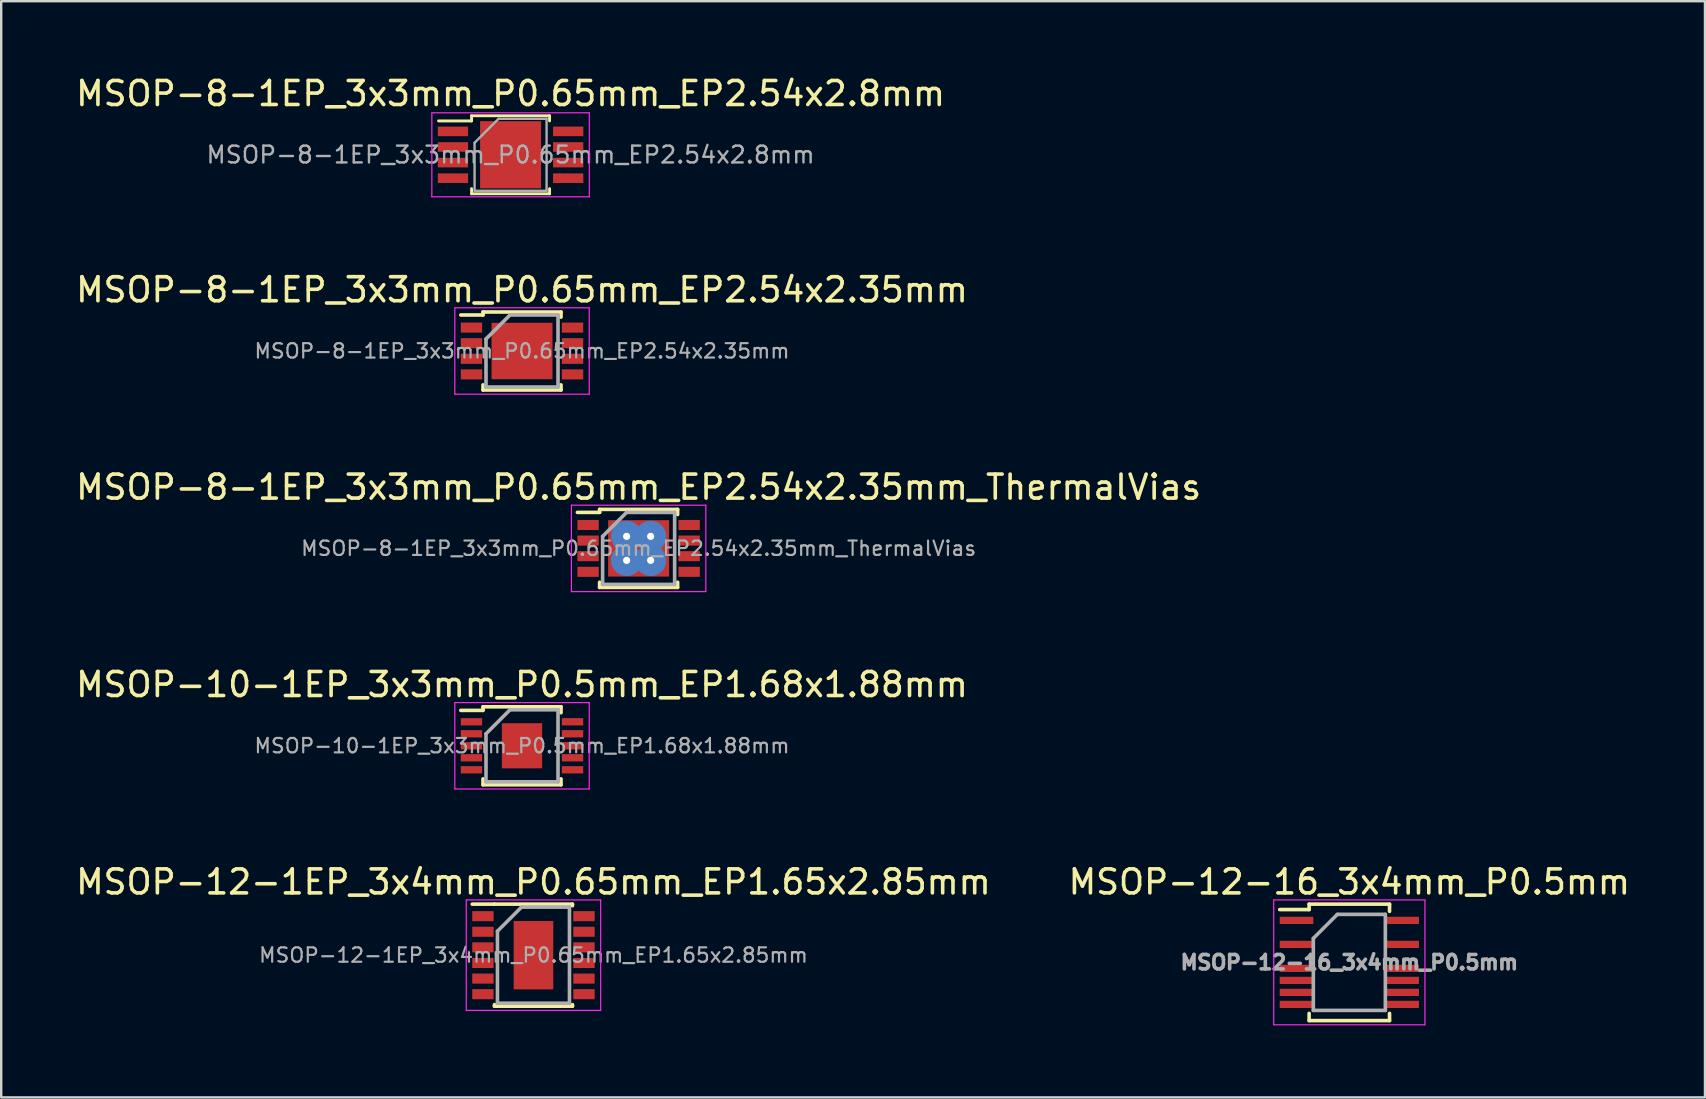
<source format=kicad_pcb>
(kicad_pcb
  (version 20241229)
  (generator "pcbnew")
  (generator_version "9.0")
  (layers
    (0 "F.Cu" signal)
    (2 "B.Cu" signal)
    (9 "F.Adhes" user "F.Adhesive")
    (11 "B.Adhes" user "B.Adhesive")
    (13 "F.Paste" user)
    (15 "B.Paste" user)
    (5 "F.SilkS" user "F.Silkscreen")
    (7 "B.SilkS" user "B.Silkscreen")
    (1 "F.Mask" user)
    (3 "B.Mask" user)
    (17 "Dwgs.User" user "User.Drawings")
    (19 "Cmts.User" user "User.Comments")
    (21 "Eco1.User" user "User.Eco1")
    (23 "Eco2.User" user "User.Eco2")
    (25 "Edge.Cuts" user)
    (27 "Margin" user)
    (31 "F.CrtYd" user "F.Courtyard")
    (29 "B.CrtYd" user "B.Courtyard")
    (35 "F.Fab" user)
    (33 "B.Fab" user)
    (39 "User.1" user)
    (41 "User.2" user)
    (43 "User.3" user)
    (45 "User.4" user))
  (footprint "MSOP-12-1EP_3x4mm_P0.65mm_EP1.65x2.85mm"
    (layer "F.Cu")
    (at 19.173 36.741)
    (property "Reference" "MSOP-12-1EP_3x4mm_P0.65mm_EP1.65x2.85mm" (at 0 -3.05 0) (layer "F.SilkS") (effects (font (size 1 1) (thickness 0.15))))
    (attr smd)
    (fp_line (start -1.625 -2.125) (end -2.55 -2.125) (stroke (width 0.15) (type solid)) (layer "F.SilkS"))
    (fp_line (start -1.625 -2.125) (end 1.625 -2.125) (stroke (width 0.15) (type solid)) (layer "F.SilkS"))
    (fp_line (start -1.625 2.125) (end -1.625 2.06) (stroke (width 0.15) (type solid)) (layer "F.SilkS"))
    (fp_line (start -1.625 2.125) (end 1.625 2.125) (stroke (width 0.15) (type solid)) (layer "F.SilkS"))
    (fp_line (start 1.625 -2.125) (end 1.625 -2.06) (stroke (width 0.15) (type solid)) (layer "F.SilkS"))
    (fp_line (start 1.625 2.125) (end 1.625 2.06) (stroke (width 0.15) (type solid)) (layer "F.SilkS"))
    (fp_line (start -2.8 -2.3) (end -2.8 2.3) (stroke (width 0.05) (type solid)) (layer "F.CrtYd"))
    (fp_line (start -2.8 -2.3) (end 2.8 -2.3) (stroke (width 0.05) (type solid)) (layer "F.CrtYd"))
    (fp_line (start -2.8 2.3) (end 2.8 2.3) (stroke (width 0.05) (type solid)) (layer "F.CrtYd"))
    (fp_line (start 2.8 -2.3) (end 2.8 2.3) (stroke (width 0.05) (type solid)) (layer "F.CrtYd"))
    (fp_line (start -1.5 -1) (end -0.5 -2) (stroke (width 0.15) (type solid)) (layer "F.Fab"))
    (fp_line (start -1.5 2) (end -1.5 -1) (stroke (width 0.15) (type solid)) (layer "F.Fab"))
    (fp_line (start -0.5 -2) (end 1.5 -2) (stroke (width 0.15) (type solid)) (layer "F.Fab"))
    (fp_line (start 1.5 -2) (end 1.5 2) (stroke (width 0.15) (type solid)) (layer "F.Fab"))
    (fp_line (start 1.5 2) (end -1.5 2) (stroke (width 0.15) (type solid)) (layer "F.Fab"))
    (fp_text user "${REFERENCE}" (at 0 0 0) (layer "F.Fab") (effects (font (size 0.6 0.6) (thickness 0.09))))
    (pad "" smd rect (at -0.412 -0.95) (size 0.68 0.75) (layers "F.Paste"))
    (pad "" smd rect (at -0.412 0) (size 0.68 0.75) (layers "F.Paste"))
    (pad "" smd rect (at -0.412 0.95) (size 0.68 0.75) (layers "F.Paste"))
    (pad "" smd rect (at 0.412 -0.95) (size 0.68 0.75) (layers "F.Paste"))
    (pad "" smd rect (at 0.412 0) (size 0.68 0.75) (layers "F.Paste"))
    (pad "" smd rect (at 0.412 0.95) (size 0.68 0.75) (layers "F.Paste"))
    (pad "1" smd rect (at -2.105 -1.625) (size 0.89 0.42) (layers "F.Cu" "F.Mask" "F.Paste"))
    (pad "2" smd rect (at -2.105 -0.975) (size 0.89 0.42) (layers "F.Cu" "F.Mask" "F.Paste"))
    (pad "3" smd rect (at -2.105 -0.325) (size 0.89 0.42) (layers "F.Cu" "F.Mask" "F.Paste"))
    (pad "4" smd rect (at -2.105 0.325) (size 0.89 0.42) (layers "F.Cu" "F.Mask" "F.Paste"))
    (pad "5" smd rect (at -2.105 0.975) (size 0.89 0.42) (layers "F.Cu" "F.Mask" "F.Paste"))
    (pad "6" smd rect (at -2.105 1.625) (size 0.89 0.42) (layers "F.Cu" "F.Mask" "F.Paste"))
    (pad "7" smd rect (at 2.105 1.625) (size 0.89 0.42) (layers "F.Cu" "F.Mask" "F.Paste"))
    (pad "8" smd rect (at 2.105 0.975) (size 0.89 0.42) (layers "F.Cu" "F.Mask" "F.Paste"))
    (pad "9" smd rect (at 2.105 0.325) (size 0.89 0.42) (layers "F.Cu" "F.Mask" "F.Paste"))
    (pad "10" smd rect (at 2.105 -0.325) (size 0.89 0.42) (layers "F.Cu" "F.Mask" "F.Paste"))
    (pad "11" smd rect (at 2.105 -0.975) (size 0.89 0.42) (layers "F.Cu" "F.Mask" "F.Paste"))
    (pad "12" smd rect (at 2.105 -1.625) (size 0.89 0.42) (layers "F.Cu" "F.Mask" "F.Paste"))
    (pad "13" smd rect (at 0 0) (size 1.65 2.85) (layers "F.Cu" "F.Mask")))
  (footprint "MSOP-10-1EP_3x3mm_P0.5mm_EP1.68x1.88mm"
    (layer "F.Cu")
    (at 18.696 28.018)
    (property "Reference" "MSOP-10-1EP_3x3mm_P0.5mm_EP1.68x1.88mm" (at 0 -2.55 0) (layer "F.SilkS") (effects (font (size 1 1) (thickness 0.15))))
    (attr smd)
    (fp_line (start -1.625 -1.625) (end -1.625 -1.475) (stroke (width 0.15) (type solid)) (layer "F.SilkS"))
    (fp_line (start -1.625 -1.625) (end 1.625 -1.625) (stroke (width 0.15) (type solid)) (layer "F.SilkS"))
    (fp_line (start -1.625 -1.475) (end -2.55 -1.475) (stroke (width 0.15) (type solid)) (layer "F.SilkS"))
    (fp_line (start -1.625 1.625) (end -1.625 1.377) (stroke (width 0.15) (type solid)) (layer "F.SilkS"))
    (fp_line (start -1.625 1.625) (end 1.625 1.625) (stroke (width 0.15) (type solid)) (layer "F.SilkS"))
    (fp_line (start 1.625 -1.625) (end 1.625 -1.377) (stroke (width 0.15) (type solid)) (layer "F.SilkS"))
    (fp_line (start 1.625 1.625) (end 1.625 1.377) (stroke (width 0.15) (type solid)) (layer "F.SilkS"))
    (fp_line (start -2.8 -1.8) (end -2.8 1.8) (stroke (width 0.05) (type solid)) (layer "F.CrtYd"))
    (fp_line (start -2.8 -1.8) (end 2.8 -1.8) (stroke (width 0.05) (type solid)) (layer "F.CrtYd"))
    (fp_line (start -2.8 1.8) (end 2.8 1.8) (stroke (width 0.05) (type solid)) (layer "F.CrtYd"))
    (fp_line (start 2.8 -1.8) (end 2.8 1.8) (stroke (width 0.05) (type solid)) (layer "F.CrtYd"))
    (fp_line (start -1.5 -0.5) (end -0.5 -1.5) (stroke (width 0.15) (type solid)) (layer "F.Fab"))
    (fp_line (start -1.5 1.5) (end -1.5 -0.5) (stroke (width 0.15) (type solid)) (layer "F.Fab"))
    (fp_line (start -0.5 -1.5) (end 1.5 -1.5) (stroke (width 0.15) (type solid)) (layer "F.Fab"))
    (fp_line (start 1.5 -1.5) (end 1.5 1.5) (stroke (width 0.15) (type solid)) (layer "F.Fab"))
    (fp_line (start 1.5 1.5) (end -1.5 1.5) (stroke (width 0.15) (type solid)) (layer "F.Fab"))
    (fp_text user "${REFERENCE}" (at 0 0 0) (layer "F.Fab") (effects (font (size 0.6 0.6) (thickness 0.09))))
    (pad "" smd rect (at -0.42 -0.47) (size 0.66 0.76) (layers "F.Paste"))
    (pad "" smd rect (at -0.42 0.47) (size 0.66 0.76) (layers "F.Paste"))
    (pad "" smd rect (at 0.42 -0.47) (size 0.66 0.76) (layers "F.Paste"))
    (pad "" smd rect (at 0.42 0.47) (size 0.66 0.76) (layers "F.Paste"))
    (pad "1" smd rect (at -2.105 -1) (size 0.89 0.305) (layers "F.Cu" "F.Mask" "F.Paste"))
    (pad "2" smd rect (at -2.105 -0.5) (size 0.89 0.305) (layers "F.Cu" "F.Mask" "F.Paste"))
    (pad "3" smd rect (at -2.105 0) (size 0.89 0.305) (layers "F.Cu" "F.Mask" "F.Paste"))
    (pad "4" smd rect (at -2.105 0.5) (size 0.89 0.305) (layers "F.Cu" "F.Mask" "F.Paste"))
    (pad "5" smd rect (at -2.105 1) (size 0.89 0.305) (layers "F.Cu" "F.Mask" "F.Paste"))
    (pad "6" smd rect (at 2.105 1) (size 0.89 0.305) (layers "F.Cu" "F.Mask" "F.Paste"))
    (pad "7" smd rect (at 2.105 0.5) (size 0.89 0.305) (layers "F.Cu" "F.Mask" "F.Paste"))
    (pad "8" smd rect (at 2.105 0) (size 0.89 0.305) (layers "F.Cu" "F.Mask" "F.Paste"))
    (pad "9" smd rect (at 2.105 -0.5) (size 0.89 0.305) (layers "F.Cu" "F.Mask" "F.Paste"))
    (pad "10" smd rect (at 2.105 -1) (size 0.89 0.305) (layers "F.Cu" "F.Mask" "F.Paste"))
    (pad "11" smd rect (at 0 0) (size 1.68 1.88) (layers "F.Cu" "F.Mask")))
  (footprint "MSOP-8-1EP_3x3mm_P0.65mm_EP2.54x2.35mm_ThermalVias"
    (layer "F.Cu")
    (at 23.554 19.795)
    (property "Reference" "MSOP-8-1EP_3x3mm_P0.65mm_EP2.54x2.35mm_ThermalVias" (at 0 -2.55 0) (layer "F.SilkS") (effects (font (size 1 1) (thickness 0.15))))
    (attr smd)
    (fp_line (start -1.625 -1.625) (end -1.625 -1.5) (stroke (width 0.15) (type solid)) (layer "F.SilkS"))
    (fp_line (start -1.625 -1.625) (end 1.625 -1.625) (stroke (width 0.15) (type solid)) (layer "F.SilkS"))
    (fp_line (start -1.625 -1.5) (end -2.55 -1.5) (stroke (width 0.15) (type solid)) (layer "F.SilkS"))
    (fp_line (start -1.625 1.625) (end -1.625 1.41) (stroke (width 0.15) (type solid)) (layer "F.SilkS"))
    (fp_line (start -1.625 1.625) (end 1.625 1.625) (stroke (width 0.15) (type solid)) (layer "F.SilkS"))
    (fp_line (start 1.625 -1.625) (end 1.625 -1.41) (stroke (width 0.15) (type solid)) (layer "F.SilkS"))
    (fp_line (start 1.625 1.625) (end 1.625 1.41) (stroke (width 0.15) (type solid)) (layer "F.SilkS"))
    (fp_line (start -2.8 -1.8) (end -2.8 1.8) (stroke (width 0.05) (type solid)) (layer "F.CrtYd"))
    (fp_line (start -2.8 -1.8) (end 2.8 -1.8) (stroke (width 0.05) (type solid)) (layer "F.CrtYd"))
    (fp_line (start -2.8 1.8) (end 2.8 1.8) (stroke (width 0.05) (type solid)) (layer "F.CrtYd"))
    (fp_line (start 2.8 -1.8) (end 2.8 1.8) (stroke (width 0.05) (type solid)) (layer "F.CrtYd"))
    (fp_line (start -1.5 -0.5) (end -0.5 -1.5) (stroke (width 0.15) (type solid)) (layer "F.Fab"))
    (fp_line (start -1.5 1.5) (end -1.5 -0.5) (stroke (width 0.15) (type solid)) (layer "F.Fab"))
    (fp_line (start -0.5 -1.5) (end 1.5 -1.5) (stroke (width 0.15) (type solid)) (layer "F.Fab"))
    (fp_line (start 1.5 -1.5) (end 1.5 1.5) (stroke (width 0.15) (type solid)) (layer "F.Fab"))
    (fp_line (start 1.5 1.5) (end -1.5 1.5) (stroke (width 0.15) (type solid)) (layer "F.Fab"))
    (fp_text user "${REFERENCE}" (at 0 0 0) (layer "F.Fab") (effects (font (size 0.6 0.6) (thickness 0.09))))
    (pad "" smd rect (at 0 -0.9) (size 2.2 0.5) (layers "F.Paste"))
    (pad "" smd rect (at 0 0) (size 2.2 0.7) (layers "F.Paste"))
    (pad "" smd rect (at 0 0.9) (size 2.2 0.5) (layers "F.Paste"))
    (pad "1" smd rect (at -2.105 -0.975) (size 0.89 0.42) (layers "F.Cu" "F.Mask" "F.Paste"))
    (pad "2" smd rect (at -2.105 -0.325) (size 0.89 0.42) (layers "F.Cu" "F.Mask" "F.Paste"))
    (pad "3" smd rect (at -2.105 0.325) (size 0.89 0.42) (layers "F.Cu" "F.Mask" "F.Paste"))
    (pad "4" smd rect (at -2.105 0.975) (size 0.89 0.42) (layers "F.Cu" "F.Mask" "F.Paste"))
    (pad "5" smd rect (at 2.105 0.975) (size 0.89 0.42) (layers "F.Cu" "F.Mask" "F.Paste"))
    (pad "6" smd rect (at 2.105 0.325) (size 0.89 0.42) (layers "F.Cu" "F.Mask" "F.Paste"))
    (pad "7" smd rect (at 2.105 -0.325) (size 0.89 0.42) (layers "F.Cu" "F.Mask" "F.Paste"))
    (pad "8" smd rect (at 2.105 -0.975) (size 0.89 0.42) (layers "F.Cu" "F.Mask" "F.Paste"))
    (pad "9" thru_hole circle (at -0.5 -0.5) (size 1.3 1.3) (drill 0.3) (layers "*.Cu" "*.Mask"))
    (pad "9" thru_hole circle (at -0.5 0.5) (size 1.3 1.3) (drill 0.3) (layers "*.Cu" "*.Mask"))
    (pad "9" smd rect (at 0 0) (size 2.54 2.35) (layers "F.Cu" "F.Mask"))
    (pad "9" thru_hole circle (at 0.5 -0.5) (size 1.3 1.3) (drill 0.3) (layers "*.Cu" "*.Mask"))
    (pad "9" thru_hole circle (at 0.5 0.5) (size 1.3 1.3) (drill 0.3) (layers "*.Cu" "*.Mask")))
  (footprint "MSOP-8-1EP_3x3mm_P0.65mm_EP2.54x2.8mm"
    (layer "F.Cu")
    (at 18.22 3.398)
    (property "Reference" "MSOP-8-1EP_3x3mm_P0.65mm_EP2.54x2.8mm" (at 0 -2.55 0) (layer "F.SilkS") (effects (font (size 1 1) (thickness 0.15))))
    (attr smd)
    (fp_line (start -1.625 -1.625) (end -1.625 -1.41) (stroke (width 0.12) (type solid)) (layer "F.SilkS"))
    (fp_line (start -1.625 -1.625) (end 1.625 -1.625) (stroke (width 0.12) (type solid)) (layer "F.SilkS"))
    (fp_line (start -1.625 -1.41) (end -3 -1.41) (stroke (width 0.12) (type solid)) (layer "F.SilkS"))
    (fp_line (start -1.625 1.625) (end -1.625 1.41) (stroke (width 0.12) (type solid)) (layer "F.SilkS"))
    (fp_line (start -1.625 1.625) (end 1.625 1.625) (stroke (width 0.12) (type solid)) (layer "F.SilkS"))
    (fp_line (start 1.625 -1.625) (end 1.625 -1.41) (stroke (width 0.12) (type solid)) (layer "F.SilkS"))
    (fp_line (start 1.625 1.625) (end 1.625 1.41) (stroke (width 0.12) (type solid)) (layer "F.SilkS"))
    (fp_line (start -3.28 -1.75) (end -3.28 1.75) (stroke (width 0.05) (type solid)) (layer "F.CrtYd"))
    (fp_line (start -3.28 -1.75) (end 3.28 -1.75) (stroke (width 0.05) (type solid)) (layer "F.CrtYd"))
    (fp_line (start -3.28 1.75) (end 3.28 1.75) (stroke (width 0.05) (type solid)) (layer "F.CrtYd"))
    (fp_line (start 3.28 -1.75) (end 3.28 1.75) (stroke (width 0.05) (type solid)) (layer "F.CrtYd"))
    (fp_line (start -1.5 -0.5) (end -0.5 -1.5) (stroke (width 0.1) (type solid)) (layer "F.Fab"))
    (fp_line (start -1.5 1.5) (end -1.5 -0.5) (stroke (width 0.1) (type solid)) (layer "F.Fab"))
    (fp_line (start -0.5 -1.5) (end 1.5 -1.5) (stroke (width 0.1) (type solid)) (layer "F.Fab"))
    (fp_line (start 1.5 -1.5) (end 1.5 1.5) (stroke (width 0.1) (type solid)) (layer "F.Fab"))
    (fp_line (start 1.5 1.5) (end -1.5 1.5) (stroke (width 0.1) (type solid)) (layer "F.Fab"))
    (fp_text user "${REFERENCE}" (at 0 0 0) (layer "F.Fab") (effects (font (size 0.7 0.7) (thickness 0.1))))
    (pad "" smd rect (at 0 -1.025) (size 2.4 0.65) (layers "F.Paste"))
    (pad "" smd rect (at 0 0) (size 2.4 0.65) (layers "F.Paste"))
    (pad "" smd rect (at 0 1.025) (size 2.4 0.65) (layers "F.Paste"))
    (pad "1" smd rect (at -2.4 -0.975) (size 1.26 0.4) (layers "F.Cu" "F.Mask" "F.Paste"))
    (pad "2" smd rect (at -2.4 -0.325) (size 1.26 0.4) (layers "F.Cu" "F.Mask" "F.Paste"))
    (pad "3" smd rect (at -2.4 0.325) (size 1.26 0.4) (layers "F.Cu" "F.Mask" "F.Paste"))
    (pad "4" smd rect (at -2.4 0.975) (size 1.26 0.4) (layers "F.Cu" "F.Mask" "F.Paste"))
    (pad "5" smd rect (at 2.4 0.975) (size 1.26 0.4) (layers "F.Cu" "F.Mask" "F.Paste"))
    (pad "6" smd rect (at 2.4 0.325) (size 1.26 0.4) (layers "F.Cu" "F.Mask" "F.Paste"))
    (pad "7" smd rect (at 2.4 -0.325) (size 1.26 0.4) (layers "F.Cu" "F.Mask" "F.Paste"))
    (pad "8" smd rect (at 2.4 -0.975) (size 1.26 0.4) (layers "F.Cu" "F.Mask" "F.Paste"))
    (pad "9" smd rect (at 0 0) (size 2.54 2.8) (layers "F.Cu" "F.Mask")))
  (footprint "MSOP-12-16_3x4mm_P0.5mm"
    (layer "F.Cu")
    (at 53.161 37.041)
    (property "Reference" "MSOP-12-16_3x4mm_P0.5mm" (at 0 -3.35 0) (layer "F.SilkS") (effects (font (size 1 1) (thickness 0.15))))
    (attr smd)
    (fp_line (start -1.675 -2.425) (end -1.675 -2.2) (stroke (width 0.15) (type solid)) (layer "F.SilkS"))
    (fp_line (start -1.675 -2.425) (end 1.675 -2.425) (stroke (width 0.15) (type solid)) (layer "F.SilkS"))
    (fp_line (start -1.675 -2.2) (end -2.9 -2.2) (stroke (width 0.15) (type solid)) (layer "F.SilkS"))
    (fp_line (start -1.675 2.425) (end -1.675 2.125) (stroke (width 0.15) (type solid)) (layer "F.SilkS"))
    (fp_line (start -1.675 2.425) (end 1.675 2.425) (stroke (width 0.15) (type solid)) (layer "F.SilkS"))
    (fp_line (start 1.675 -2.425) (end 1.675 -2.125) (stroke (width 0.15) (type solid)) (layer "F.SilkS"))
    (fp_line (start 1.675 2.425) (end 1.675 2.125) (stroke (width 0.15) (type solid)) (layer "F.SilkS"))
    (fp_line (start -3.15 -2.6) (end -3.15 2.6) (stroke (width 0.05) (type solid)) (layer "F.CrtYd"))
    (fp_line (start -3.15 -2.6) (end 3.15 -2.6) (stroke (width 0.05) (type solid)) (layer "F.CrtYd"))
    (fp_line (start -3.15 2.6) (end 3.15 2.6) (stroke (width 0.05) (type solid)) (layer "F.CrtYd"))
    (fp_line (start 3.15 -2.6) (end 3.15 2.6) (stroke (width 0.05) (type solid)) (layer "F.CrtYd"))
    (fp_line (start -1.5 -1) (end -0.5 -2) (stroke (width 0.15) (type solid)) (layer "F.Fab"))
    (fp_line (start -1.5 2) (end -1.5 -1) (stroke (width 0.15) (type solid)) (layer "F.Fab"))
    (fp_line (start -0.5 -2) (end 1.5 -2) (stroke (width 0.15) (type solid)) (layer "F.Fab"))
    (fp_line (start 1.5 -2) (end 1.5 2) (stroke (width 0.15) (type solid)) (layer "F.Fab"))
    (fp_line (start 1.5 2) (end -1.5 2) (stroke (width 0.15) (type solid)) (layer "F.Fab"))
    (fp_text user "${REFERENCE}" (at 0 0 0) (layer "F.Fab") (effects (font (size 0.6 0.6) (thickness 0.15))))
    (pad "1" smd rect (at -2.2 -1.75) (size 1.4 0.3) (layers "F.Cu" "F.Mask" "F.Paste"))
    (pad "3" smd rect (at -2.2 -0.75) (size 1.4 0.3) (layers "F.Cu" "F.Mask" "F.Paste"))
    (pad "5" smd rect (at -2.2 0.25) (size 1.4 0.3) (layers "F.Cu" "F.Mask" "F.Paste"))
    (pad "6" smd rect (at -2.2 0.75) (size 1.4 0.3) (layers "F.Cu" "F.Mask" "F.Paste"))
    (pad "7" smd rect (at -2.2 1.25) (size 1.4 0.3) (layers "F.Cu" "F.Mask" "F.Paste"))
    (pad "8" smd rect (at -2.2 1.75) (size 1.4 0.3) (layers "F.Cu" "F.Mask" "F.Paste"))
    (pad "9" smd rect (at 2.2 1.75) (size 1.4 0.3) (layers "F.Cu" "F.Mask" "F.Paste"))
    (pad "10" smd rect (at 2.2 1.25) (size 1.4 0.3) (layers "F.Cu" "F.Mask" "F.Paste"))
    (pad "11" smd rect (at 2.2 0.75) (size 1.4 0.3) (layers "F.Cu" "F.Mask" "F.Paste"))
    (pad "12" smd rect (at 2.2 0.25) (size 1.4 0.3) (layers "F.Cu" "F.Mask" "F.Paste"))
    (pad "14" smd rect (at 2.2 -0.75) (size 1.4 0.3) (layers "F.Cu" "F.Mask" "F.Paste"))
    (pad "16" smd rect (at 2.2 -1.75) (size 1.4 0.3) (layers "F.Cu" "F.Mask" "F.Paste")))
  (footprint "MSOP-8-1EP_3x3mm_P0.65mm_EP2.54x2.35mm"
    (layer "F.Cu")
    (at 18.696 11.572)
    (property "Reference" "MSOP-8-1EP_3x3mm_P0.65mm_EP2.54x2.35mm" (at 0 -2.55 0) (layer "F.SilkS") (effects (font (size 1 1) (thickness 0.15))))
    (attr through_hole)
    (fp_line (start -1.625 -1.625) (end -1.625 -1.5) (stroke (width 0.15) (type solid)) (layer "F.SilkS"))
    (fp_line (start -1.625 -1.625) (end 1.625 -1.625) (stroke (width 0.15) (type solid)) (layer "F.SilkS"))
    (fp_line (start -1.625 -1.5) (end -2.55 -1.5) (stroke (width 0.15) (type solid)) (layer "F.SilkS"))
    (fp_line (start -1.625 1.625) (end -1.625 1.41) (stroke (width 0.15) (type solid)) (layer "F.SilkS"))
    (fp_line (start -1.625 1.625) (end 1.625 1.625) (stroke (width 0.15) (type solid)) (layer "F.SilkS"))
    (fp_line (start 1.625 -1.625) (end 1.625 -1.41) (stroke (width 0.15) (type solid)) (layer "F.SilkS"))
    (fp_line (start 1.625 1.625) (end 1.625 1.41) (stroke (width 0.15) (type solid)) (layer "F.SilkS"))
    (fp_line (start -2.8 -1.8) (end -2.8 1.8) (stroke (width 0.05) (type solid)) (layer "F.CrtYd"))
    (fp_line (start -2.8 -1.8) (end 2.8 -1.8) (stroke (width 0.05) (type solid)) (layer "F.CrtYd"))
    (fp_line (start -2.8 1.8) (end 2.8 1.8) (stroke (width 0.05) (type solid)) (layer "F.CrtYd"))
    (fp_line (start 2.8 -1.8) (end 2.8 1.8) (stroke (width 0.05) (type solid)) (layer "F.CrtYd"))
    (fp_line (start -1.5 -0.5) (end -0.5 -1.5) (stroke (width 0.15) (type solid)) (layer "F.Fab"))
    (fp_line (start -1.5 1.5) (end -1.5 -0.5) (stroke (width 0.15) (type solid)) (layer "F.Fab"))
    (fp_line (start -0.5 -1.5) (end 1.5 -1.5) (stroke (width 0.15) (type solid)) (layer "F.Fab"))
    (fp_line (start 1.5 -1.5) (end 1.5 1.5) (stroke (width 0.15) (type solid)) (layer "F.Fab"))
    (fp_line (start 1.5 1.5) (end -1.5 1.5) (stroke (width 0.15) (type solid)) (layer "F.Fab"))
    (fp_text user "${REFERENCE}" (at 0 0 0) (layer "F.Fab") (effects (font (size 0.6 0.6) (thickness 0.09))))
    (pad "" smd rect (at -0.42 -0.47) (size 0.66 0.76) (layers "F.Paste"))
    (pad "" smd rect (at -0.42 0.47) (size 0.66 0.76) (layers "F.Paste"))
    (pad "" smd rect (at 0.42 -0.47) (size 0.66 0.76) (layers "F.Paste"))
    (pad "" smd rect (at 0.42 0.47) (size 0.66 0.76) (layers "F.Paste"))
    (pad "1" smd rect (at -2.105 -0.975) (size 0.89 0.42) (layers "F.Cu" "F.Mask" "F.Paste"))
    (pad "2" smd rect (at -2.105 -0.325) (size 0.89 0.42) (layers "F.Cu" "F.Mask" "F.Paste"))
    (pad "3" smd rect (at -2.105 0.325) (size 0.89 0.42) (layers "F.Cu" "F.Mask" "F.Paste"))
    (pad "4" smd rect (at -2.105 0.975) (size 0.89 0.42) (layers "F.Cu" "F.Mask" "F.Paste"))
    (pad "5" smd rect (at 2.105 0.975) (size 0.89 0.42) (layers "F.Cu" "F.Mask" "F.Paste"))
    (pad "6" smd rect (at 2.105 0.325) (size 0.89 0.42) (layers "F.Cu" "F.Mask" "F.Paste"))
    (pad "7" smd rect (at 2.105 -0.325) (size 0.89 0.42) (layers "F.Cu" "F.Mask" "F.Paste"))
    (pad "8" smd rect (at 2.105 -0.975) (size 0.89 0.42) (layers "F.Cu" "F.Mask" "F.Paste"))
    (pad "9" smd rect (at 0 0) (size 2.54 2.35) (layers "F.Cu" "F.Mask")))
  (gr_rect
    (start -3 -3)
    (end 67.976 42.666)
    (stroke (width 0.1) (type default))
    (fill no)
    (layer "Edge.Cuts")))
</source>
